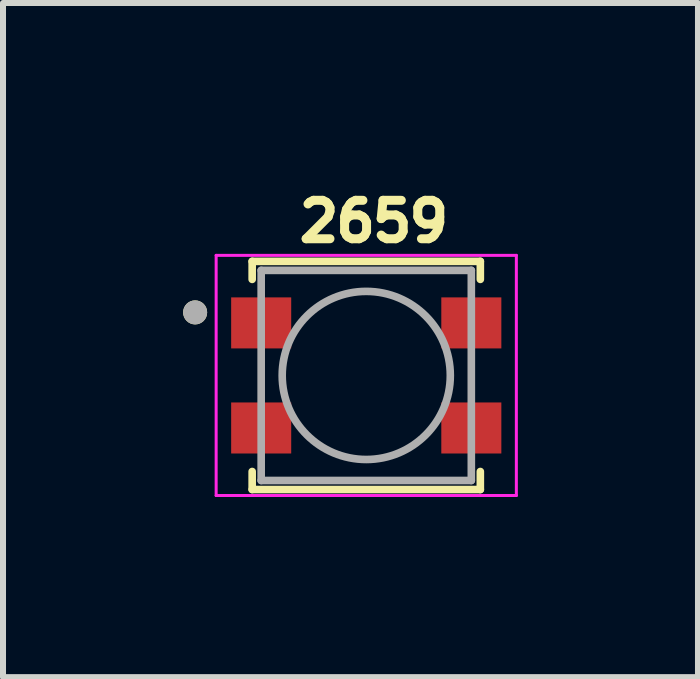
<source format=kicad_pcb>
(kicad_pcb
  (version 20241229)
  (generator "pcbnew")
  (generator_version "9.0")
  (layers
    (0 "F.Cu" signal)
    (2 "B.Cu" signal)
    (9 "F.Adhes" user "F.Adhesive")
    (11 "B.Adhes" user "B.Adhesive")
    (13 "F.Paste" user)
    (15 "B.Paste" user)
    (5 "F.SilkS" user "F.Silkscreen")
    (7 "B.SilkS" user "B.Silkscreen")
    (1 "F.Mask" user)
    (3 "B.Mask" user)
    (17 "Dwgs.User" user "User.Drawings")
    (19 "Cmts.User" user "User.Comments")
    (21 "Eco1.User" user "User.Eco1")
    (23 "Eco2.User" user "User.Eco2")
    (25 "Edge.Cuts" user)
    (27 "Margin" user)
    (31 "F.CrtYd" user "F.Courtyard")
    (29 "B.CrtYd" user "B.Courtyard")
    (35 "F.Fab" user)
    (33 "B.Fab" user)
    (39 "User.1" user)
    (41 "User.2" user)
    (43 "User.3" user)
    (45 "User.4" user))
  (footprint "2659"
    (layer "F.Cu")
    (at 3.05 3.203)
    (property "Reference" "2659" (at 0.127 -2.565 0) (layer "F.SilkS") (effects (font (size 0.64 0.64) (thickness 0.15))))
    (attr smd)
    (fp_line (start -1.9 -1.9) (end 1.9 -1.9) (stroke (width 0.127) (type solid)) (layer "F.SilkS"))
    (fp_line (start -1.9 -1.6) (end -1.9 -1.9) (stroke (width 0.127) (type solid)) (layer "F.SilkS"))
    (fp_line (start -1.9 1.6) (end -1.9 1.9) (stroke (width 0.127) (type solid)) (layer "F.SilkS"))
    (fp_line (start -1.9 1.9) (end 1.9 1.9) (stroke (width 0.127) (type solid)) (layer "F.SilkS"))
    (fp_line (start 1.9 -1.9) (end 1.9 -1.6) (stroke (width 0.127) (type solid)) (layer "F.SilkS"))
    (fp_line (start 1.9 1.9) (end 1.9 1.6) (stroke (width 0.127) (type solid)) (layer "F.SilkS"))
    (fp_circle (center -2.85 -1.05) (end -2.75 -1.05) (stroke (width 0.2) (type solid)) (fill no) (layer "F.SilkS"))
    (fp_line (start -2.5 -2) (end 2.5 -2) (stroke (width 0.05) (type solid)) (layer "F.CrtYd"))
    (fp_line (start -2.5 2) (end -2.5 -2) (stroke (width 0.05) (type solid)) (layer "F.CrtYd"))
    (fp_line (start 2.5 -2) (end 2.5 2) (stroke (width 0.05) (type solid)) (layer "F.CrtYd"))
    (fp_line (start 2.5 2) (end -2.5 2) (stroke (width 0.05) (type solid)) (layer "F.CrtYd"))
    (fp_line (start -1.75 -1.75) (end 1.75 -1.75) (stroke (width 0.127) (type solid)) (layer "F.Fab"))
    (fp_line (start -1.75 1.75) (end -1.75 -1.75) (stroke (width 0.127) (type solid)) (layer "F.Fab"))
    (fp_line (start 1.75 -1.75) (end 1.75 1.75) (stroke (width 0.127) (type solid)) (layer "F.Fab"))
    (fp_line (start 1.75 1.75) (end -1.75 1.75) (stroke (width 0.127) (type solid)) (layer "F.Fab"))
    (fp_circle (center -2.85 -1.05) (end -2.75 -1.05) (stroke (width 0.2) (type solid)) (fill no) (layer "F.Fab"))
    (fp_circle (center 0 0) (end 1.4 0) (stroke (width 0.127) (type solid)) (fill no) (layer "F.Fab"))
    (pad "1" smd rect (at -1.75 -0.875) (size 1 0.85) (layers "F.Cu" "F.Mask" "F.Paste"))
    (pad "2" smd rect (at -1.75 0.875) (size 1 0.85) (layers "F.Cu" "F.Mask" "F.Paste"))
    (pad "3" smd rect (at 1.75 0.875) (size 1 0.85) (layers "F.Cu" "F.Mask" "F.Paste"))
    (pad "4" smd rect (at 1.75 -0.875) (size 1 0.85) (layers "F.Cu" "F.Mask" "F.Paste")))
  (gr_rect
    (start -3 -3)
    (end 8.575 8.228)
    (stroke (width 0.1) (type default))
    (fill no)
    (layer "Edge.Cuts")))
</source>
